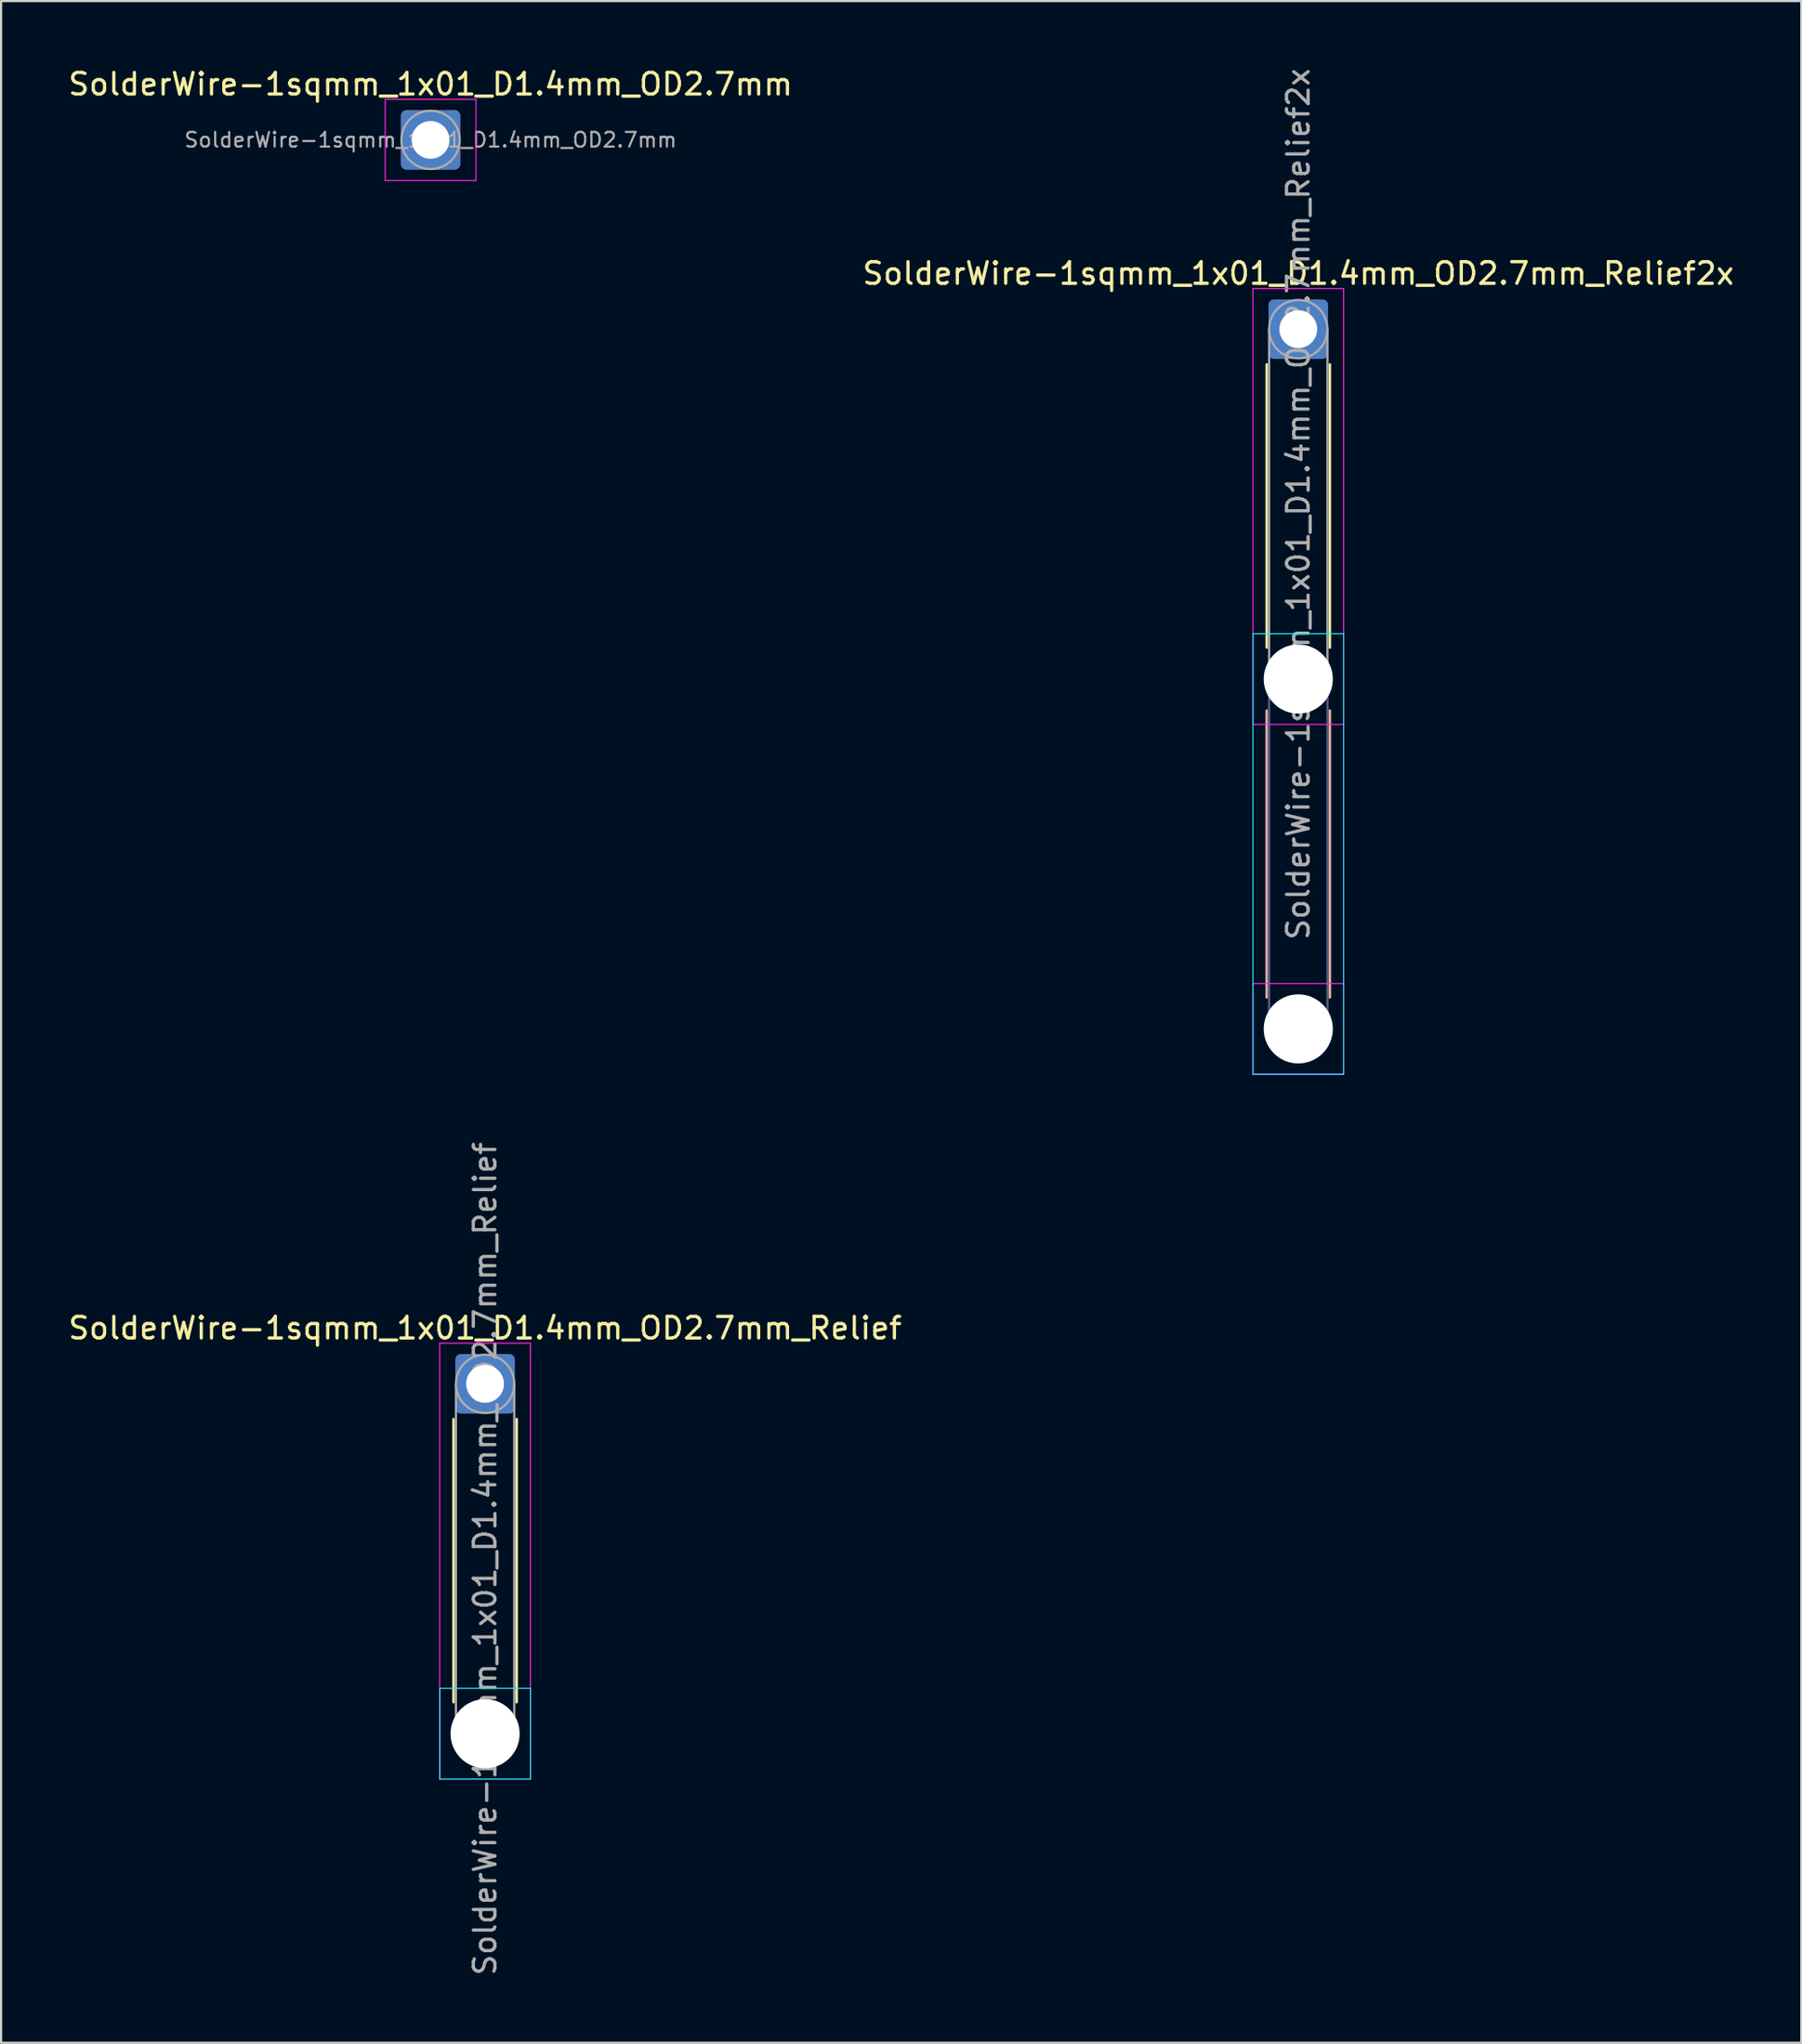
<source format=kicad_pcb>
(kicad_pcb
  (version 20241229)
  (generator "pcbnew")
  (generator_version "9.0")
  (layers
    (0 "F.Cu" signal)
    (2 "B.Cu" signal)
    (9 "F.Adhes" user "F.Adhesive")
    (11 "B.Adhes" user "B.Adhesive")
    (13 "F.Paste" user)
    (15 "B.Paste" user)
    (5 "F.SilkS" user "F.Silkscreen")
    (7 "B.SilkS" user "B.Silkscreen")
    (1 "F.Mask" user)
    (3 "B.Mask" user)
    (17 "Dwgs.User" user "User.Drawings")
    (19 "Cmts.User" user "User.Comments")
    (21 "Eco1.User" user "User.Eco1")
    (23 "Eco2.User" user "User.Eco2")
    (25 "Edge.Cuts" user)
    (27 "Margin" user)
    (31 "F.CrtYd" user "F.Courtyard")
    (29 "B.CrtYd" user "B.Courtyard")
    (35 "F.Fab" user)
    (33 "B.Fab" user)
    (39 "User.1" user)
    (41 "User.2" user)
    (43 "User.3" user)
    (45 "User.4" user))
  (footprint "SolderWire-1sqmm_1x01_D1.4mm_OD2.7mm"
    (layer "F.Cu")
    (at 16.887 3.428)
    (property "Reference" "SolderWire-1sqmm_1x01_D1.4mm_OD2.7mm" (at 0 -2.58 0) (layer "F.SilkS") (effects (font (size 1 1) (thickness 0.15))))
    (attr exclude_from_pos_files exclude_from_bom)
    (fp_line (start -2.1 -1.88) (end -2.1 1.88) (stroke (width 0.05) (type solid)) (layer "F.CrtYd"))
    (fp_line (start -2.1 1.88) (end 2.1 1.88) (stroke (width 0.05) (type solid)) (layer "F.CrtYd"))
    (fp_line (start 2.1 -1.88) (end -2.1 -1.88) (stroke (width 0.05) (type solid)) (layer "F.CrtYd"))
    (fp_line (start 2.1 1.88) (end 2.1 -1.88) (stroke (width 0.05) (type solid)) (layer "F.CrtYd"))
    (fp_circle (center 0 0) (end 1.35 0) (stroke (width 0.1) (type solid)) (fill no) (layer "F.Fab"))
    (fp_text user "${REFERENCE}" (at 0 0 0) (layer "F.Fab") (effects (font (size 0.68 0.68) (thickness 0.1))))
    (pad "1" thru_hole roundrect (at 0 0) (size 2.75 2.75) (drill 1.75) (layers "*.Cu" "*.Mask") (roundrect_rratio 0.091)))
  (footprint "SolderWire-1sqmm_1x01_D1.4mm_OD2.7mm_Relief2x"
    (layer "F.Cu")
    (at 57.065 12.192)
    (property "Reference" "SolderWire-1sqmm_1x01_D1.4mm_OD2.7mm_Relief2x" (at 0 -2.58 0) (layer "F.SilkS") (effects (font (size 1 1) (thickness 0.15))))
    (attr exclude_from_pos_files exclude_from_bom)
    (fp_line (start -1.46 1.635) (end -1.46 14.74) (stroke (width 0.12) (type solid)) (layer "F.SilkS"))
    (fp_line (start 1.46 1.635) (end 1.46 14.74) (stroke (width 0.12) (type solid)) (layer "F.SilkS"))
    (fp_line (start -1.46 17.66) (end -1.46 30.94) (stroke (width 0.12) (type solid)) (layer "B.SilkS"))
    (fp_line (start 1.46 17.66) (end 1.46 30.94) (stroke (width 0.12) (type solid)) (layer "B.SilkS"))
    (fp_line (start -2.1 14.1) (end -2.1 34.5) (stroke (width 0.05) (type solid)) (layer "B.CrtYd"))
    (fp_line (start -2.1 34.5) (end 2.1 34.5) (stroke (width 0.05) (type solid)) (layer "B.CrtYd"))
    (fp_line (start 2.1 14.1) (end -2.1 14.1) (stroke (width 0.05) (type solid)) (layer "B.CrtYd"))
    (fp_line (start 2.1 34.5) (end 2.1 14.1) (stroke (width 0.05) (type solid)) (layer "B.CrtYd"))
    (fp_line (start -2.1 -1.88) (end -2.1 18.3) (stroke (width 0.05) (type solid)) (layer "F.CrtYd"))
    (fp_line (start -2.1 18.3) (end 2.1 18.3) (stroke (width 0.05) (type solid)) (layer "F.CrtYd"))
    (fp_line (start -2.1 30.3) (end -2.1 34.5) (stroke (width 0.05) (type solid)) (layer "F.CrtYd"))
    (fp_line (start -2.1 34.5) (end 2.1 34.5) (stroke (width 0.05) (type solid)) (layer "F.CrtYd"))
    (fp_line (start 2.1 -1.88) (end -2.1 -1.88) (stroke (width 0.05) (type solid)) (layer "F.CrtYd"))
    (fp_line (start 2.1 18.3) (end 2.1 -1.88) (stroke (width 0.05) (type solid)) (layer "F.CrtYd"))
    (fp_line (start 2.1 30.3) (end -2.1 30.3) (stroke (width 0.05) (type solid)) (layer "F.CrtYd"))
    (fp_line (start 2.1 34.5) (end 2.1 30.3) (stroke (width 0.05) (type solid)) (layer "F.CrtYd"))
    (fp_line (start -1.35 16.2) (end -1.35 32.4) (stroke (width 0.1) (type solid)) (layer "B.Fab"))
    (fp_line (start 1.35 16.2) (end 1.35 32.4) (stroke (width 0.1) (type solid)) (layer "B.Fab"))
    (fp_circle (center 0 16.2) (end 1.35 16.2) (stroke (width 0.1) (type solid)) (fill no) (layer "B.Fab"))
    (fp_circle (center 0 32.4) (end 1.35 32.4) (stroke (width 0.1) (type solid)) (fill no) (layer "B.Fab"))
    (fp_line (start -1.35 0) (end -1.35 16.2) (stroke (width 0.1) (type solid)) (layer "F.Fab"))
    (fp_line (start 1.35 0) (end 1.35 16.2) (stroke (width 0.1) (type solid)) (layer "F.Fab"))
    (fp_circle (center 0 0) (end 1.35 0) (stroke (width 0.1) (type solid)) (fill no) (layer "F.Fab"))
    (fp_circle (center 0 16.2) (end 1.35 16.2) (stroke (width 0.1) (type solid)) (fill no) (layer "F.Fab"))
    (fp_circle (center 0 32.4) (end 1.35 32.4) (stroke (width 0.1) (type solid)) (fill no) (layer "F.Fab"))
    (fp_text user "${REFERENCE}" (at 0 8.1 90) (layer "F.Fab") (effects (font (size 1 1) (thickness 0.15))))
    (pad "" np_thru_hole circle (at 0 16.2) (size 3.2 3.2) (drill 3.2) (layers "*.Cu" "*.Mask"))
    (pad "" np_thru_hole circle (at 0 32.4) (size 3.2 3.2) (drill 3.2) (layers "*.Cu" "*.Mask"))
    (pad "1" thru_hole roundrect (at 0 0) (size 2.75 2.75) (drill 1.75) (layers "*.Cu" "*.Mask") (roundrect_rratio 0.091)))
  (footprint "SolderWire-1sqmm_1x01_D1.4mm_OD2.7mm_Relief"
    (layer "F.Cu")
    (at 19.411 61.027)
    (property "Reference" "SolderWire-1sqmm_1x01_D1.4mm_OD2.7mm_Relief" (at 0 -2.58 0) (layer "F.SilkS") (effects (font (size 1 1) (thickness 0.15))))
    (attr exclude_from_pos_files exclude_from_bom)
    (fp_line (start -1.46 1.635) (end -1.46 14.74) (stroke (width 0.12) (type solid)) (layer "F.SilkS"))
    (fp_line (start 1.46 1.635) (end 1.46 14.74) (stroke (width 0.12) (type solid)) (layer "F.SilkS"))
    (fp_line (start -2.1 14.1) (end -2.1 18.3) (stroke (width 0.05) (type solid)) (layer "B.CrtYd"))
    (fp_line (start -2.1 18.3) (end 2.1 18.3) (stroke (width 0.05) (type solid)) (layer "B.CrtYd"))
    (fp_line (start 2.1 14.1) (end -2.1 14.1) (stroke (width 0.05) (type solid)) (layer "B.CrtYd"))
    (fp_line (start 2.1 18.3) (end 2.1 14.1) (stroke (width 0.05) (type solid)) (layer "B.CrtYd"))
    (fp_line (start -2.1 -1.88) (end -2.1 18.3) (stroke (width 0.05) (type solid)) (layer "F.CrtYd"))
    (fp_line (start -2.1 18.3) (end 2.1 18.3) (stroke (width 0.05) (type solid)) (layer "F.CrtYd"))
    (fp_line (start 2.1 -1.88) (end -2.1 -1.88) (stroke (width 0.05) (type solid)) (layer "F.CrtYd"))
    (fp_line (start 2.1 18.3) (end 2.1 -1.88) (stroke (width 0.05) (type solid)) (layer "F.CrtYd"))
    (fp_line (start -1.35 0) (end -1.35 16.2) (stroke (width 0.1) (type solid)) (layer "F.Fab"))
    (fp_line (start 1.35 0) (end 1.35 16.2) (stroke (width 0.1) (type solid)) (layer "F.Fab"))
    (fp_circle (center 0 0) (end 1.35 0) (stroke (width 0.1) (type solid)) (fill no) (layer "F.Fab"))
    (fp_circle (center 0 16.2) (end 1.35 16.2) (stroke (width 0.1) (type solid)) (fill no) (layer "F.Fab"))
    (fp_text user "${REFERENCE}" (at 0 8.1 90) (layer "F.Fab") (effects (font (size 1 1) (thickness 0.15))))
    (pad "" np_thru_hole circle (at 0 16.2) (size 3.2 3.2) (drill 3.2) (layers "*.Cu" "*.Mask"))
    (pad "1" thru_hole roundrect (at 0 0) (size 2.75 2.75) (drill 1.75) (layers "*.Cu" "*.Mask") (roundrect_rratio 0.091)))
  (gr_rect
    (start -3 -3)
    (end 80.357 91.538)
    (stroke (width 0.1) (type default))
    (fill no)
    (layer "Edge.Cuts")))
</source>
